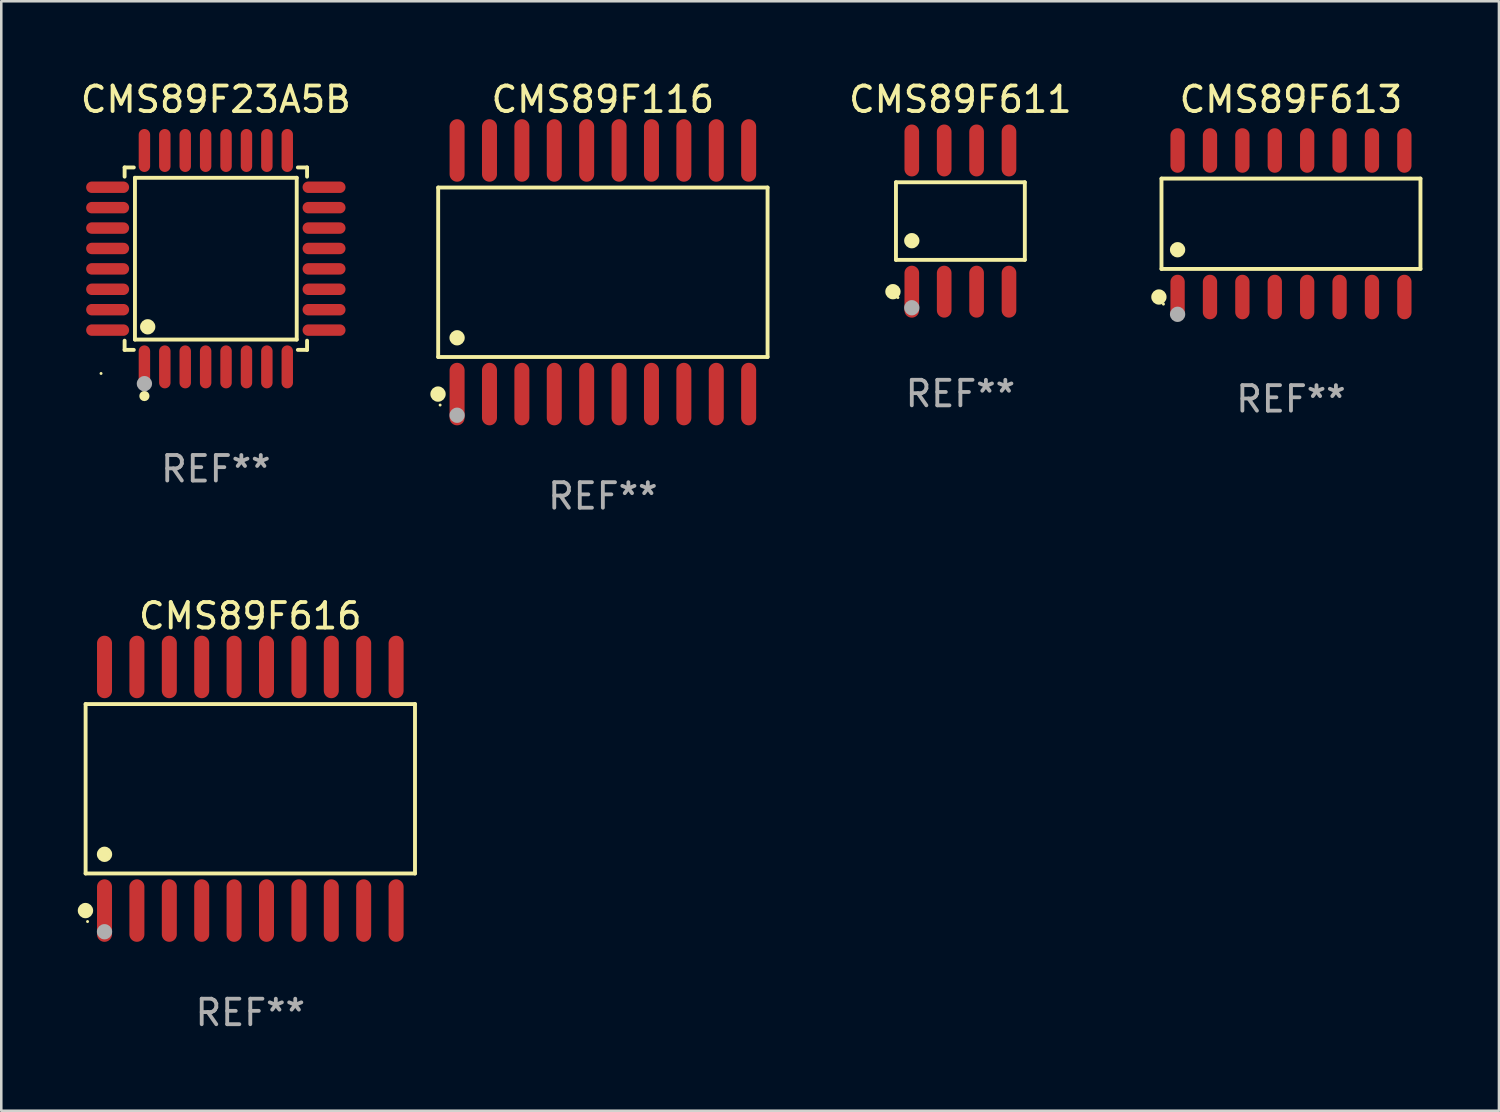
<source format=kicad_pcb>
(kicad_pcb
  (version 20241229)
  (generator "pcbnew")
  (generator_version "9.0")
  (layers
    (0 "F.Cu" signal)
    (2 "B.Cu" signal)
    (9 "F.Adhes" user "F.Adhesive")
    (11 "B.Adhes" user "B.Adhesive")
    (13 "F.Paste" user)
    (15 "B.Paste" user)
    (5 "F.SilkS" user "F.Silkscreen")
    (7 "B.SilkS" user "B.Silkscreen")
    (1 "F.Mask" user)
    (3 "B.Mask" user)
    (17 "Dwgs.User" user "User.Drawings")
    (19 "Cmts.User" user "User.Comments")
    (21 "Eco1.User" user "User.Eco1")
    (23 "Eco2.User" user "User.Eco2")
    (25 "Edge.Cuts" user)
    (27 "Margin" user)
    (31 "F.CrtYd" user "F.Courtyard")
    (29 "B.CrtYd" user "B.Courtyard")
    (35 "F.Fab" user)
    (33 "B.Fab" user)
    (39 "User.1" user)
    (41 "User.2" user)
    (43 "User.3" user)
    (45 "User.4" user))
  (footprint "CMS89F116"
    (layer "F.Cu")
    (at 20.583 7.623)
    (property "Reference" "CMS89F116" (at 0 -6.775 0) (layer "F.SilkS") (effects (font (size 1 1) (thickness 0.15))))
    (attr through_hole)
    (fp_line (start -6.456 -3.321) (end 6.456 -3.321) (stroke (width 0.152) (type solid)) (layer "F.SilkS"))
    (fp_line (start -6.456 3.321) (end -6.456 -3.321) (stroke (width 0.152) (type solid)) (layer "F.SilkS"))
    (fp_line (start 6.456 -3.321) (end 6.456 3.321) (stroke (width 0.152) (type solid)) (layer "F.SilkS"))
    (fp_line (start 6.456 3.321) (end -6.456 3.321) (stroke (width 0.152) (type solid)) (layer "F.SilkS"))
    (fp_circle (center -6.462 4.775) (end -6.311 4.775) (stroke (width 0.3) (type solid)) (fill no) (layer "F.SilkS"))
    (fp_circle (center -6.38 5.205) (end -6.35 5.205) (stroke (width 0.06) (type solid)) (fill no) (layer "F.SilkS"))
    (fp_circle (center -5.715 2.569) (end -5.565 2.569) (stroke (width 0.3) (type solid)) (fill no) (layer "F.SilkS"))
    (fp_circle (center -5.715 5.605) (end -5.565 5.605) (stroke (width 0.3) (type solid)) (fill no) (layer "F.Fab"))
    (fp_text user "REF**" (at 0 8.775 0) (layer "F.Fab") (effects (font (size 1 1) (thickness 0.15))))
    (pad "1" smd oval (at -5.715 4.775) (size 0.588 2.45) (layers "F.Cu" "F.Mask" "F.Paste"))
    (pad "2" smd oval (at -4.445 4.775) (size 0.588 2.45) (layers "F.Cu" "F.Mask" "F.Paste"))
    (pad "3" smd oval (at -3.175 4.775) (size 0.588 2.45) (layers "F.Cu" "F.Mask" "F.Paste"))
    (pad "4" smd oval (at -1.905 4.775) (size 0.588 2.45) (layers "F.Cu" "F.Mask" "F.Paste"))
    (pad "5" smd oval (at -0.635 4.775) (size 0.588 2.45) (layers "F.Cu" "F.Mask" "F.Paste"))
    (pad "6" smd oval (at 0.635 4.775) (size 0.588 2.45) (layers "F.Cu" "F.Mask" "F.Paste"))
    (pad "7" smd oval (at 1.905 4.775) (size 0.588 2.45) (layers "F.Cu" "F.Mask" "F.Paste"))
    (pad "8" smd oval (at 3.175 4.775) (size 0.588 2.45) (layers "F.Cu" "F.Mask" "F.Paste"))
    (pad "9" smd oval (at 4.445 4.775) (size 0.588 2.45) (layers "F.Cu" "F.Mask" "F.Paste"))
    (pad "10" smd oval (at 5.715 4.775) (size 0.588 2.45) (layers "F.Cu" "F.Mask" "F.Paste"))
    (pad "11" smd oval (at 5.715 -4.775) (size 0.588 2.45) (layers "F.Cu" "F.Mask" "F.Paste"))
    (pad "12" smd oval (at 4.445 -4.775) (size 0.588 2.45) (layers "F.Cu" "F.Mask" "F.Paste"))
    (pad "13" smd oval (at 3.175 -4.775) (size 0.588 2.45) (layers "F.Cu" "F.Mask" "F.Paste"))
    (pad "14" smd oval (at 1.905 -4.775) (size 0.588 2.45) (layers "F.Cu" "F.Mask" "F.Paste"))
    (pad "15" smd oval (at 0.635 -4.775) (size 0.588 2.45) (layers "F.Cu" "F.Mask" "F.Paste"))
    (pad "16" smd oval (at -0.635 -4.775) (size 0.588 2.45) (layers "F.Cu" "F.Mask" "F.Paste"))
    (pad "17" smd oval (at -1.905 -4.775) (size 0.588 2.45) (layers "F.Cu" "F.Mask" "F.Paste"))
    (pad "18" smd oval (at -3.175 -4.775) (size 0.588 2.45) (layers "F.Cu" "F.Mask" "F.Paste"))
    (pad "19" smd oval (at -4.445 -4.775) (size 0.588 2.45) (layers "F.Cu" "F.Mask" "F.Paste"))
    (pad "20" smd oval (at -5.715 -4.775) (size 0.588 2.45) (layers "F.Cu" "F.Mask" "F.Paste")))
  (footprint "CMS89F611"
    (layer "F.Cu")
    (at 34.598 5.616)
    (property "Reference" "CMS89F611" (at 0 -4.768 0) (layer "F.SilkS") (effects (font (size 1 1) (thickness 0.15))))
    (attr through_hole)
    (fp_line (start -2.526 -1.521) (end 2.526 -1.521) (stroke (width 0.152) (type solid)) (layer "F.SilkS"))
    (fp_line (start -2.526 1.521) (end -2.526 -1.521) (stroke (width 0.152) (type solid)) (layer "F.SilkS"))
    (fp_line (start 2.526 -1.521) (end 2.526 1.521) (stroke (width 0.152) (type solid)) (layer "F.SilkS"))
    (fp_line (start 2.526 1.521) (end -2.526 1.521) (stroke (width 0.152) (type solid)) (layer "F.SilkS"))
    (fp_circle (center -2.644 2.768) (end -2.494 2.768) (stroke (width 0.3) (type solid)) (fill no) (layer "F.SilkS"))
    (fp_circle (center -2.45 2.998) (end -2.42 2.998) (stroke (width 0.06) (type solid)) (fill no) (layer "F.SilkS"))
    (fp_circle (center -1.905 0.769) (end -1.755 0.769) (stroke (width 0.3) (type solid)) (fill no) (layer "F.SilkS"))
    (fp_circle (center -1.905 3.398) (end -1.755 3.398) (stroke (width 0.3) (type solid)) (fill no) (layer "F.Fab"))
    (fp_text user "REF**" (at 0 6.768 0) (layer "F.Fab") (effects (font (size 1 1) (thickness 0.15))))
    (pad "1" smd oval (at -1.905 2.768) (size 0.574 2.036) (layers "F.Cu" "F.Mask" "F.Paste"))
    (pad "2" smd oval (at -0.635 2.768) (size 0.574 2.036) (layers "F.Cu" "F.Mask" "F.Paste"))
    (pad "3" smd oval (at 0.635 2.768) (size 0.574 2.036) (layers "F.Cu" "F.Mask" "F.Paste"))
    (pad "4" smd oval (at 1.905 2.768) (size 0.574 2.036) (layers "F.Cu" "F.Mask" "F.Paste"))
    (pad "5" smd oval (at 1.905 -2.768) (size 0.574 2.036) (layers "F.Cu" "F.Mask" "F.Paste"))
    (pad "6" smd oval (at 0.635 -2.768) (size 0.574 2.036) (layers "F.Cu" "F.Mask" "F.Paste"))
    (pad "7" smd oval (at -0.635 -2.768) (size 0.574 2.036) (layers "F.Cu" "F.Mask" "F.Paste"))
    (pad "8" smd oval (at -1.905 -2.768) (size 0.574 2.036) (layers "F.Cu" "F.Mask" "F.Paste")))
  (footprint "CMS89F23A5B"
    (layer "F.Cu")
    (at 5.411 7.09)
    (property "Reference" "CMS89F23A5B" (at 0 -6.242 0) (layer "F.SilkS") (effects (font (size 1 1) (thickness 0.15))))
    (attr through_hole)
    (fp_line (start -3.576 -3.576) (end -3.215 -3.576) (stroke (width 0.152) (type solid)) (layer "F.SilkS"))
    (fp_line (start -3.576 -3.215) (end -3.576 -3.576) (stroke (width 0.152) (type solid)) (layer "F.SilkS"))
    (fp_line (start -3.576 3.215) (end -3.576 3.576) (stroke (width 0.152) (type solid)) (layer "F.SilkS"))
    (fp_line (start -3.576 3.576) (end -3.215 3.576) (stroke (width 0.152) (type solid)) (layer "F.SilkS"))
    (fp_line (start -3.171 -3.171) (end 3.171 -3.171) (stroke (width 0.152) (type solid)) (layer "F.SilkS"))
    (fp_line (start -3.171 3.171) (end -3.171 -3.171) (stroke (width 0.152) (type solid)) (layer "F.SilkS"))
    (fp_line (start 3.171 -3.171) (end 3.171 3.171) (stroke (width 0.152) (type solid)) (layer "F.SilkS"))
    (fp_line (start 3.171 3.171) (end -3.171 3.171) (stroke (width 0.152) (type solid)) (layer "F.SilkS"))
    (fp_line (start 3.576 -3.576) (end 3.215 -3.576) (stroke (width 0.152) (type solid)) (layer "F.SilkS"))
    (fp_line (start 3.576 -3.215) (end 3.576 -3.576) (stroke (width 0.152) (type solid)) (layer "F.SilkS"))
    (fp_line (start 3.576 3.215) (end 3.576 3.576) (stroke (width 0.152) (type solid)) (layer "F.SilkS"))
    (fp_line (start 3.576 3.576) (end 3.215 3.576) (stroke (width 0.152) (type solid)) (layer "F.SilkS"))
    (fp_circle (center -4.5 4.5) (end -4.47 4.5) (stroke (width 0.06) (type solid)) (fill no) (layer "F.SilkS"))
    (fp_circle (center -2.8 5.384) (end -2.7 5.384) (stroke (width 0.2) (type solid)) (fill no) (layer "F.SilkS"))
    (fp_circle (center -2.671 2.671) (end -2.521 2.671) (stroke (width 0.3) (type solid)) (fill no) (layer "F.SilkS"))
    (fp_circle (center -2.8 4.9) (end -2.65 4.9) (stroke (width 0.3) (type solid)) (fill no) (layer "F.Fab"))
    (fp_text user "REF**" (at 0 8.242 0) (layer "F.Fab") (effects (font (size 1 1) (thickness 0.15))))
    (pad "1" smd oval (at -2.8 4.242) (size 0.448 1.684) (layers "F.Cu" "F.Mask" "F.Paste"))
    (pad "2" smd oval (at -2 4.242) (size 0.448 1.684) (layers "F.Cu" "F.Mask" "F.Paste"))
    (pad "3" smd oval (at -1.2 4.242) (size 0.448 1.684) (layers "F.Cu" "F.Mask" "F.Paste"))
    (pad "4" smd oval (at -0.4 4.242) (size 0.448 1.684) (layers "F.Cu" "F.Mask" "F.Paste"))
    (pad "5" smd oval (at 0.4 4.242) (size 0.448 1.684) (layers "F.Cu" "F.Mask" "F.Paste"))
    (pad "6" smd oval (at 1.2 4.242) (size 0.448 1.684) (layers "F.Cu" "F.Mask" "F.Paste"))
    (pad "7" smd oval (at 2 4.242) (size 0.448 1.684) (layers "F.Cu" "F.Mask" "F.Paste"))
    (pad "8" smd oval (at 2.8 4.242) (size 0.448 1.684) (layers "F.Cu" "F.Mask" "F.Paste"))
    (pad "9" smd oval (at 4.242 2.8) (size 1.684 0.448) (layers "F.Cu" "F.Mask" "F.Paste"))
    (pad "10" smd oval (at 4.242 2) (size 1.684 0.448) (layers "F.Cu" "F.Mask" "F.Paste"))
    (pad "11" smd oval (at 4.242 1.2) (size 1.684 0.448) (layers "F.Cu" "F.Mask" "F.Paste"))
    (pad "12" smd oval (at 4.242 0.4) (size 1.684 0.448) (layers "F.Cu" "F.Mask" "F.Paste"))
    (pad "13" smd oval (at 4.242 -0.4) (size 1.684 0.448) (layers "F.Cu" "F.Mask" "F.Paste"))
    (pad "14" smd oval (at 4.242 -1.2) (size 1.684 0.448) (layers "F.Cu" "F.Mask" "F.Paste"))
    (pad "15" smd oval (at 4.242 -2) (size 1.684 0.448) (layers "F.Cu" "F.Mask" "F.Paste"))
    (pad "16" smd oval (at 4.242 -2.8) (size 1.684 0.448) (layers "F.Cu" "F.Mask" "F.Paste"))
    (pad "17" smd oval (at 2.8 -4.242) (size 0.448 1.684) (layers "F.Cu" "F.Mask" "F.Paste"))
    (pad "18" smd oval (at 2 -4.242) (size 0.448 1.684) (layers "F.Cu" "F.Mask" "F.Paste"))
    (pad "19" smd oval (at 1.2 -4.242) (size 0.448 1.684) (layers "F.Cu" "F.Mask" "F.Paste"))
    (pad "20" smd oval (at 0.4 -4.242) (size 0.448 1.684) (layers "F.Cu" "F.Mask" "F.Paste"))
    (pad "21" smd oval (at -0.4 -4.242) (size 0.448 1.684) (layers "F.Cu" "F.Mask" "F.Paste"))
    (pad "22" smd oval (at -1.2 -4.242) (size 0.448 1.684) (layers "F.Cu" "F.Mask" "F.Paste"))
    (pad "23" smd oval (at -2 -4.242) (size 0.448 1.684) (layers "F.Cu" "F.Mask" "F.Paste"))
    (pad "24" smd oval (at -2.8 -4.242) (size 0.448 1.684) (layers "F.Cu" "F.Mask" "F.Paste"))
    (pad "25" smd oval (at -4.242 -2.8) (size 1.684 0.448) (layers "F.Cu" "F.Mask" "F.Paste"))
    (pad "26" smd oval (at -4.242 -2) (size 1.684 0.448) (layers "F.Cu" "F.Mask" "F.Paste"))
    (pad "27" smd oval (at -4.242 -1.2) (size 1.684 0.448) (layers "F.Cu" "F.Mask" "F.Paste"))
    (pad "28" smd oval (at -4.242 -0.4) (size 1.684 0.448) (layers "F.Cu" "F.Mask" "F.Paste"))
    (pad "29" smd oval (at -4.242 0.4) (size 1.684 0.448) (layers "F.Cu" "F.Mask" "F.Paste"))
    (pad "30" smd oval (at -4.242 1.2) (size 1.684 0.448) (layers "F.Cu" "F.Mask" "F.Paste"))
    (pad "31" smd oval (at -4.242 2) (size 1.684 0.448) (layers "F.Cu" "F.Mask" "F.Paste"))
    (pad "32" smd oval (at -4.242 2.8) (size 1.684 0.448) (layers "F.Cu" "F.Mask" "F.Paste")))
  (footprint "CMS89F616"
    (layer "F.Cu")
    (at 6.762 27.87)
    (property "Reference" "CMS89F616" (at 0 -6.775 0) (layer "F.SilkS") (effects (font (size 1 1) (thickness 0.15))))
    (attr through_hole)
    (fp_line (start -6.456 -3.321) (end 6.456 -3.321) (stroke (width 0.152) (type solid)) (layer "F.SilkS"))
    (fp_line (start -6.456 3.321) (end -6.456 -3.321) (stroke (width 0.152) (type solid)) (layer "F.SilkS"))
    (fp_line (start 6.456 -3.321) (end 6.456 3.321) (stroke (width 0.152) (type solid)) (layer "F.SilkS"))
    (fp_line (start 6.456 3.321) (end -6.456 3.321) (stroke (width 0.152) (type solid)) (layer "F.SilkS"))
    (fp_circle (center -6.462 4.775) (end -6.311 4.775) (stroke (width 0.3) (type solid)) (fill no) (layer "F.SilkS"))
    (fp_circle (center -6.38 5.205) (end -6.35 5.205) (stroke (width 0.06) (type solid)) (fill no) (layer "F.SilkS"))
    (fp_circle (center -5.715 2.569) (end -5.565 2.569) (stroke (width 0.3) (type solid)) (fill no) (layer "F.SilkS"))
    (fp_circle (center -5.715 5.605) (end -5.565 5.605) (stroke (width 0.3) (type solid)) (fill no) (layer "F.Fab"))
    (fp_text user "REF**" (at 0 8.775 0) (layer "F.Fab") (effects (font (size 1 1) (thickness 0.15))))
    (pad "1" smd oval (at -5.715 4.775) (size 0.588 2.45) (layers "F.Cu" "F.Mask" "F.Paste"))
    (pad "2" smd oval (at -4.445 4.775) (size 0.588 2.45) (layers "F.Cu" "F.Mask" "F.Paste"))
    (pad "3" smd oval (at -3.175 4.775) (size 0.588 2.45) (layers "F.Cu" "F.Mask" "F.Paste"))
    (pad "4" smd oval (at -1.905 4.775) (size 0.588 2.45) (layers "F.Cu" "F.Mask" "F.Paste"))
    (pad "5" smd oval (at -0.635 4.775) (size 0.588 2.45) (layers "F.Cu" "F.Mask" "F.Paste"))
    (pad "6" smd oval (at 0.635 4.775) (size 0.588 2.45) (layers "F.Cu" "F.Mask" "F.Paste"))
    (pad "7" smd oval (at 1.905 4.775) (size 0.588 2.45) (layers "F.Cu" "F.Mask" "F.Paste"))
    (pad "8" smd oval (at 3.175 4.775) (size 0.588 2.45) (layers "F.Cu" "F.Mask" "F.Paste"))
    (pad "9" smd oval (at 4.445 4.775) (size 0.588 2.45) (layers "F.Cu" "F.Mask" "F.Paste"))
    (pad "10" smd oval (at 5.715 4.775) (size 0.588 2.45) (layers "F.Cu" "F.Mask" "F.Paste"))
    (pad "11" smd oval (at 5.715 -4.775) (size 0.588 2.45) (layers "F.Cu" "F.Mask" "F.Paste"))
    (pad "12" smd oval (at 4.445 -4.775) (size 0.588 2.45) (layers "F.Cu" "F.Mask" "F.Paste"))
    (pad "13" smd oval (at 3.175 -4.775) (size 0.588 2.45) (layers "F.Cu" "F.Mask" "F.Paste"))
    (pad "14" smd oval (at 1.905 -4.775) (size 0.588 2.45) (layers "F.Cu" "F.Mask" "F.Paste"))
    (pad "15" smd oval (at 0.635 -4.775) (size 0.588 2.45) (layers "F.Cu" "F.Mask" "F.Paste"))
    (pad "16" smd oval (at -0.635 -4.775) (size 0.588 2.45) (layers "F.Cu" "F.Mask" "F.Paste"))
    (pad "17" smd oval (at -1.905 -4.775) (size 0.588 2.45) (layers "F.Cu" "F.Mask" "F.Paste"))
    (pad "18" smd oval (at -3.175 -4.775) (size 0.588 2.45) (layers "F.Cu" "F.Mask" "F.Paste"))
    (pad "19" smd oval (at -4.445 -4.775) (size 0.588 2.45) (layers "F.Cu" "F.Mask" "F.Paste"))
    (pad "20" smd oval (at -5.715 -4.775) (size 0.588 2.45) (layers "F.Cu" "F.Mask" "F.Paste")))
  (footprint "CMS89F613"
    (layer "F.Cu")
    (at 47.557 5.721)
    (property "Reference" "CMS89F613" (at 0 -4.872 0) (layer "F.SilkS") (effects (font (size 1 1) (thickness 0.15))))
    (attr through_hole)
    (fp_line (start -5.076 -1.771) (end 5.076 -1.771) (stroke (width 0.152) (type solid)) (layer "F.SilkS"))
    (fp_line (start -5.076 1.771) (end -5.076 -1.771) (stroke (width 0.152) (type solid)) (layer "F.SilkS"))
    (fp_line (start 5.076 -1.771) (end 5.076 1.771) (stroke (width 0.152) (type solid)) (layer "F.SilkS"))
    (fp_line (start 5.076 1.771) (end -5.076 1.771) (stroke (width 0.152) (type solid)) (layer "F.SilkS"))
    (fp_circle (center -5.177 2.872) (end -5.027 2.872) (stroke (width 0.3) (type solid)) (fill no) (layer "F.SilkS"))
    (fp_circle (center -5 3.15) (end -4.97 3.15) (stroke (width 0.06) (type solid)) (fill no) (layer "F.SilkS"))
    (fp_circle (center -4.445 1.019) (end -4.295 1.019) (stroke (width 0.3) (type solid)) (fill no) (layer "F.SilkS"))
    (fp_circle (center -4.445 3.55) (end -4.295 3.55) (stroke (width 0.3) (type solid)) (fill no) (layer "F.Fab"))
    (fp_text user "REF**" (at 0 6.872 0) (layer "F.Fab") (effects (font (size 1 1) (thickness 0.15))))
    (pad "1" smd oval (at -4.445 2.872) (size 0.56 1.745) (layers "F.Cu" "F.Mask" "F.Paste"))
    (pad "2" smd oval (at -3.175 2.872) (size 0.56 1.745) (layers "F.Cu" "F.Mask" "F.Paste"))
    (pad "3" smd oval (at -1.905 2.872) (size 0.56 1.745) (layers "F.Cu" "F.Mask" "F.Paste"))
    (pad "4" smd oval (at -0.635 2.872) (size 0.56 1.745) (layers "F.Cu" "F.Mask" "F.Paste"))
    (pad "5" smd oval (at 0.635 2.872) (size 0.56 1.745) (layers "F.Cu" "F.Mask" "F.Paste"))
    (pad "6" smd oval (at 1.905 2.872) (size 0.56 1.745) (layers "F.Cu" "F.Mask" "F.Paste"))
    (pad "7" smd oval (at 3.175 2.872) (size 0.56 1.745) (layers "F.Cu" "F.Mask" "F.Paste"))
    (pad "8" smd oval (at 4.445 2.872) (size 0.56 1.745) (layers "F.Cu" "F.Mask" "F.Paste"))
    (pad "9" smd oval (at 4.445 -2.872) (size 0.56 1.745) (layers "F.Cu" "F.Mask" "F.Paste"))
    (pad "10" smd oval (at 3.175 -2.872) (size 0.56 1.745) (layers "F.Cu" "F.Mask" "F.Paste"))
    (pad "11" smd oval (at 1.905 -2.872) (size 0.56 1.745) (layers "F.Cu" "F.Mask" "F.Paste"))
    (pad "12" smd oval (at 0.635 -2.872) (size 0.56 1.745) (layers "F.Cu" "F.Mask" "F.Paste"))
    (pad "13" smd oval (at -0.635 -2.872) (size 0.56 1.745) (layers "F.Cu" "F.Mask" "F.Paste"))
    (pad "14" smd oval (at -1.905 -2.872) (size 0.56 1.745) (layers "F.Cu" "F.Mask" "F.Paste"))
    (pad "15" smd oval (at -3.175 -2.872) (size 0.56 1.745) (layers "F.Cu" "F.Mask" "F.Paste"))
    (pad "16" smd oval (at -4.445 -2.872) (size 0.56 1.745) (layers "F.Cu" "F.Mask" "F.Paste")))
  (gr_rect
    (start -3 -3)
    (end 55.71 40.493)
    (stroke (width 0.1) (type default))
    (fill no)
    (layer "Edge.Cuts")))
</source>
